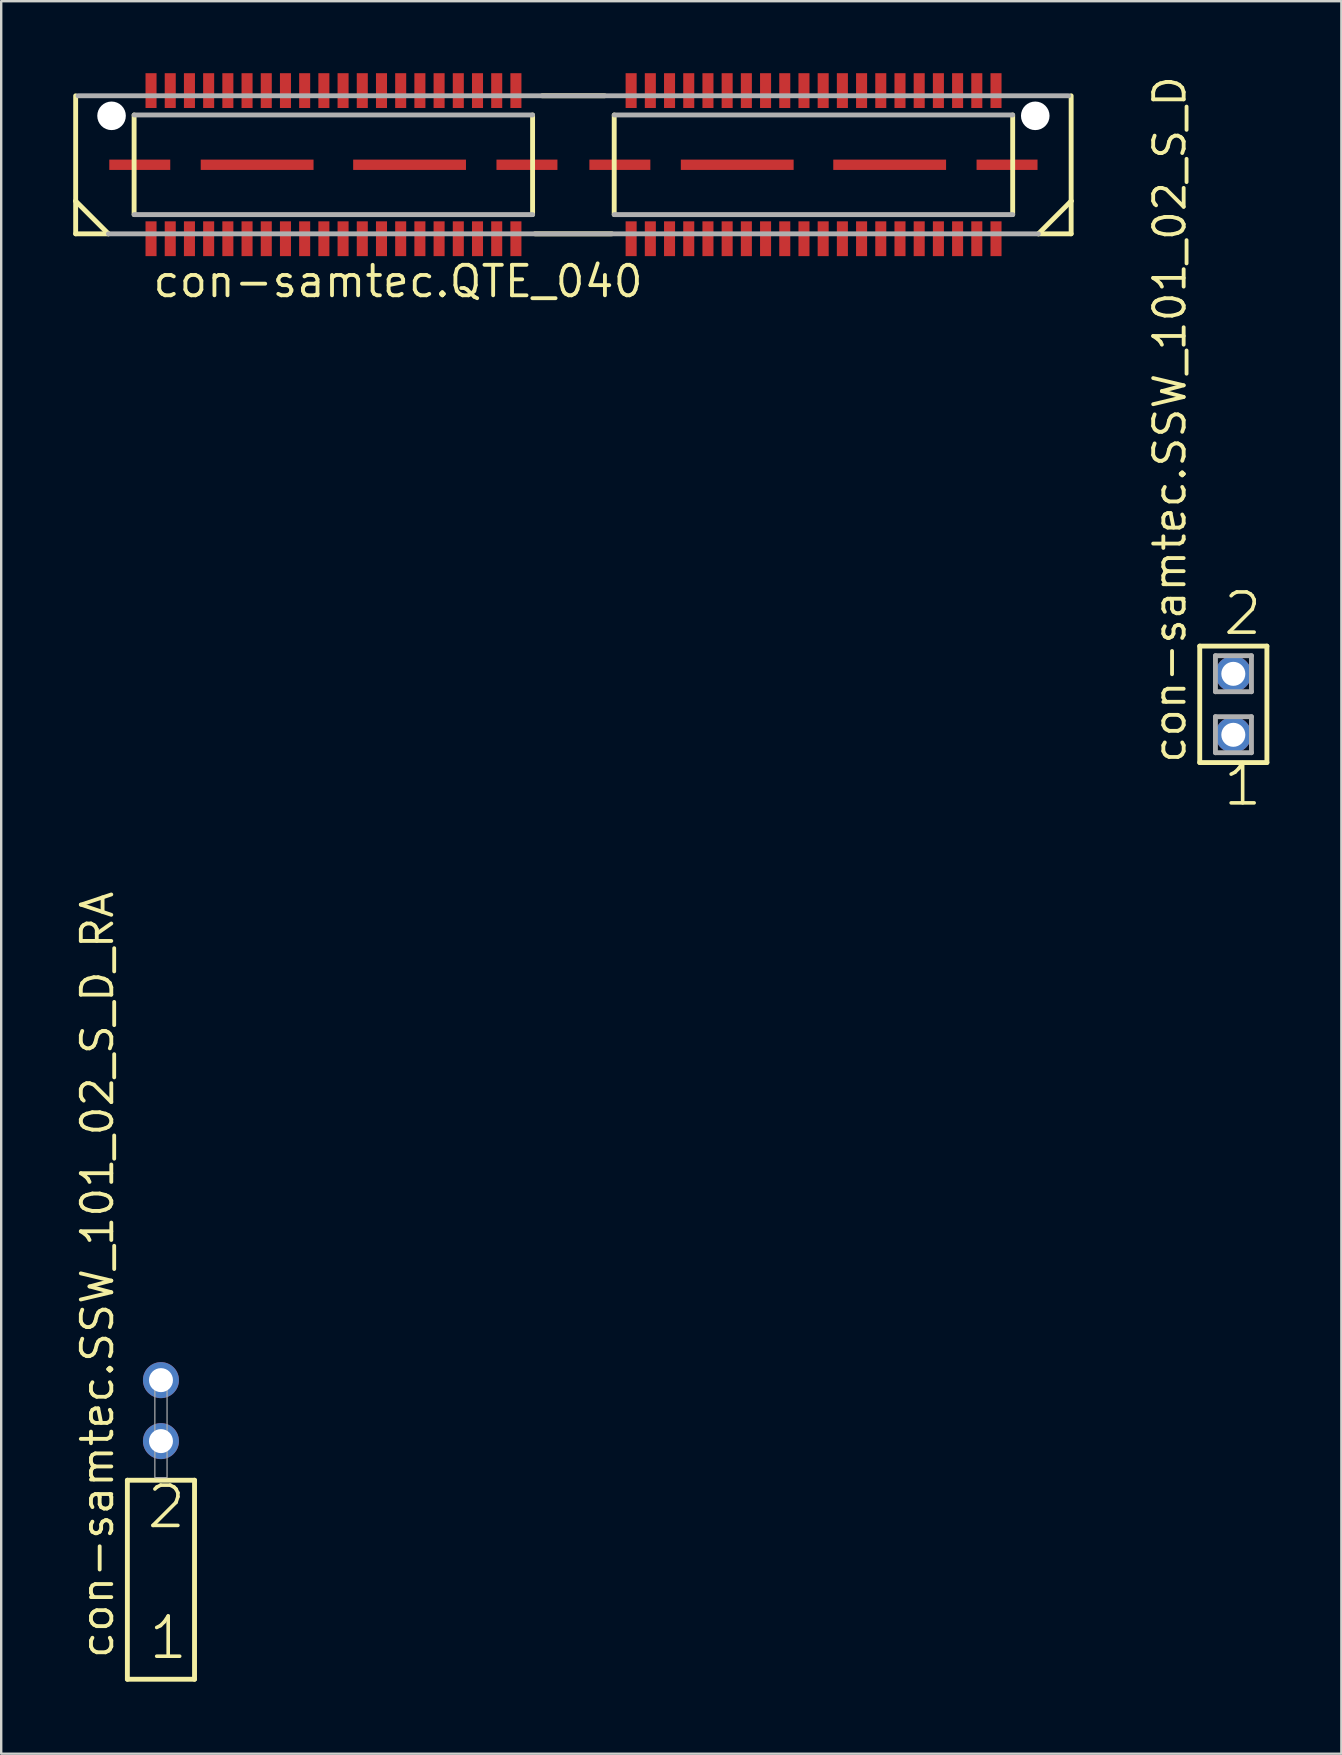
<source format=kicad_pcb>
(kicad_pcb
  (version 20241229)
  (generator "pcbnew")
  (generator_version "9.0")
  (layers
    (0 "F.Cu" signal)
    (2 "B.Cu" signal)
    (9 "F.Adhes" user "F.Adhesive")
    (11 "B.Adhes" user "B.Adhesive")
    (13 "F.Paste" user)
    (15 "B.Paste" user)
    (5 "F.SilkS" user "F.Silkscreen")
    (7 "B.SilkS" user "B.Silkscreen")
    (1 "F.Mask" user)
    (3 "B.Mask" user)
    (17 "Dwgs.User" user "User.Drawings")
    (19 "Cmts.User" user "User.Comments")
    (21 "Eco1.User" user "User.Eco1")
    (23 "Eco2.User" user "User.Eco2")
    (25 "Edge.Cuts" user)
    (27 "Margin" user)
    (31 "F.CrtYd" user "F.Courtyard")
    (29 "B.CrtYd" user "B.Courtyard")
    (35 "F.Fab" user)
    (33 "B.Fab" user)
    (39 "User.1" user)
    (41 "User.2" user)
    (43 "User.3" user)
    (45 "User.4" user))
  (footprint "con-samtec.SSW_101_02_S_D_RA"
    (layer "F.Cu")
    (at 3.655 58.508)
    (property "Reference" "con-samtec.SSW_101_02_S_D_RA" (at -1.905 7.62 90) (layer "F.SilkS") (effects (font (size 1.27 1.27) (thickness 0.16)) (justify left bottom)))
    (attr through_hole)
    (fp_line (start -1.399 0.106) (end -1.399 8.396) (stroke (width 0.203) (type default)) (layer "F.SilkS"))
    (fp_line (start -1.399 8.396) (end 1.399 8.396) (stroke (width 0.203) (type default)) (layer "F.SilkS"))
    (fp_line (start 1.399 0.106) (end -1.399 0.106) (stroke (width 0.203) (type default)) (layer "F.SilkS"))
    (fp_line (start 1.399 8.396) (end 1.399 0.106) (stroke (width 0.203) (type default)) (layer "F.SilkS"))
    (fp_rect (start -0.254 0) (end 0.254 -4.318) (stroke (width 0.05) (type default)) (fill no) (layer "F.Fab"))
    (fp_text user "1" (at -0.595 7.65 0) (layer "F.SilkS") (effects (font (size 1.676 1.676) (thickness 0.15)) (justify left bottom)))
    (fp_text user "2" (at -0.67 2.2 0) (layer "F.SilkS") (effects (font (size 1.676 1.676) (thickness 0.15)) (justify left bottom)))
    (pad "1" thru_hole circle (at 0 -1.524) (size 1.5 1.5) (drill 1) (layers "*.Cu" "*.Mask"))
    (pad "2" thru_hole circle (at 0 -4.064) (size 1.5 1.5) (drill 1) (layers "*.Cu" "*.Mask")))
  (footprint "con-samtec.QTE_040"
    (layer "F.Cu")
    (at 20.837 3.815)
    (property "Reference" "con-samtec.QTE_040" (at -17.6 5.6 0) (layer "F.SilkS") (effects (font (size 1.27 1.27) (thickness 0.16)) (justify left bottom)))
    (attr smd)
    (fp_line (start -20.735 -2.875) (end -20.735 1.51) (stroke (width 0.203) (type default)) (layer "F.SilkS"))
    (fp_line (start -20.735 1.51) (end -20.735 2.875) (stroke (width 0.203) (type default)) (layer "F.SilkS"))
    (fp_line (start -20.735 1.51) (end -19.37 2.875) (stroke (width 0.203) (type default)) (layer "F.SilkS"))
    (fp_line (start -20.735 2.875) (end -19.37 2.875) (stroke (width 0.203) (type default)) (layer "F.SilkS"))
    (fp_line (start -18.3 2.075) (end -18.3 -2.075) (stroke (width 0.203) (type default)) (layer "F.SilkS"))
    (fp_line (start -1.7 -2.075) (end -1.7 2.075) (stroke (width 0.203) (type default)) (layer "F.SilkS"))
    (fp_line (start 1.3 -2.875) (end -1.3 -2.875) (stroke (width 0.203) (type default)) (layer "F.SilkS"))
    (fp_line (start 1.6 2.875) (end -1.6 2.875) (stroke (width 0.203) (type default)) (layer "F.SilkS"))
    (fp_line (start 1.7 2.075) (end 1.7 -2.075) (stroke (width 0.203) (type default)) (layer "F.SilkS"))
    (fp_line (start 18.3 -2.075) (end 18.3 2.075) (stroke (width 0.203) (type default)) (layer "F.SilkS"))
    (fp_line (start 19.37 2.875) (end 20.735 1.51) (stroke (width 0.203) (type default)) (layer "F.SilkS"))
    (fp_line (start 19.37 2.875) (end 20.735 2.875) (stroke (width 0.203) (type default)) (layer "F.SilkS"))
    (fp_line (start 20.735 1.51) (end 20.735 -2.875) (stroke (width 0.203) (type default)) (layer "F.SilkS"))
    (fp_line (start 20.735 2.875) (end 20.735 1.51) (stroke (width 0.203) (type default)) (layer "F.SilkS"))
    (fp_line (start -20.635 -2.875) (end 20.635 -2.875) (stroke (width 0.203) (type default)) (layer "F.Fab"))
    (fp_line (start -19.37 2.875) (end 19.37 2.875) (stroke (width 0.203) (type default)) (layer "F.Fab"))
    (fp_line (start -18.3 -2.075) (end -1.7 -2.075) (stroke (width 0.203) (type default)) (layer "F.Fab"))
    (fp_line (start -1.7 2.075) (end -18.3 2.075) (stroke (width 0.203) (type default)) (layer "F.Fab"))
    (fp_line (start 1.7 -2.075) (end 18.3 -2.075) (stroke (width 0.203) (type default)) (layer "F.Fab"))
    (fp_line (start 18.3 2.075) (end 1.7 2.075) (stroke (width 0.203) (type default)) (layer "F.Fab"))
    (pad "" np_thru_hole circle (at -19.24 -2.04) (size 1.19 1.19) (drill 1.19) (layers "*.Cu" "*.Mask"))
    (pad "" np_thru_hole circle (at 19.24 -2.04) (size 1.19 1.19) (drill 1.19) (layers "*.Cu" "*.Mask"))
    (pad "1" smd roundrect (at -17.595 -3.09) (size 0.46 1.45) (layers "F.Cu" "F.Mask" "F.Paste") (roundrect_rratio 0.01))
    (pad "2" smd roundrect (at -17.595 3.08) (size 0.46 1.45) (layers "F.Cu" "F.Mask" "F.Paste") (roundrect_rratio 0.01))
    (pad "3" smd roundrect (at -16.795 -3.09) (size 0.46 1.45) (layers "F.Cu" "F.Mask" "F.Paste") (roundrect_rratio 0.01))
    (pad "4" smd roundrect (at -16.795 3.08) (size 0.46 1.45) (layers "F.Cu" "F.Mask" "F.Paste") (roundrect_rratio 0.01))
    (pad "5" smd roundrect (at -15.995 -3.09) (size 0.46 1.45) (layers "F.Cu" "F.Mask" "F.Paste") (roundrect_rratio 0.01))
    (pad "6" smd roundrect (at -15.995 3.08) (size 0.46 1.45) (layers "F.Cu" "F.Mask" "F.Paste") (roundrect_rratio 0.01))
    (pad "7" smd roundrect (at -15.195 -3.09) (size 0.46 1.45) (layers "F.Cu" "F.Mask" "F.Paste") (roundrect_rratio 0.01))
    (pad "8" smd roundrect (at -15.195 3.08) (size 0.46 1.45) (layers "F.Cu" "F.Mask" "F.Paste") (roundrect_rratio 0.01))
    (pad "9" smd roundrect (at -14.395 -3.09) (size 0.46 1.45) (layers "F.Cu" "F.Mask" "F.Paste") (roundrect_rratio 0.01))
    (pad "10" smd roundrect (at -14.395 3.08) (size 0.46 1.45) (layers "F.Cu" "F.Mask" "F.Paste") (roundrect_rratio 0.01))
    (pad "11" smd roundrect (at -13.595 -3.09) (size 0.46 1.45) (layers "F.Cu" "F.Mask" "F.Paste") (roundrect_rratio 0.01))
    (pad "12" smd roundrect (at -13.595 3.08) (size 0.46 1.45) (layers "F.Cu" "F.Mask" "F.Paste") (roundrect_rratio 0.01))
    (pad "13" smd roundrect (at -12.795 -3.09) (size 0.46 1.45) (layers "F.Cu" "F.Mask" "F.Paste") (roundrect_rratio 0.01))
    (pad "14" smd roundrect (at -12.795 3.08) (size 0.46 1.45) (layers "F.Cu" "F.Mask" "F.Paste") (roundrect_rratio 0.01))
    (pad "15" smd roundrect (at -11.995 -3.09) (size 0.46 1.45) (layers "F.Cu" "F.Mask" "F.Paste") (roundrect_rratio 0.01))
    (pad "16" smd roundrect (at -11.995 3.08) (size 0.46 1.45) (layers "F.Cu" "F.Mask" "F.Paste") (roundrect_rratio 0.01))
    (pad "17" smd roundrect (at -11.195 -3.09) (size 0.46 1.45) (layers "F.Cu" "F.Mask" "F.Paste") (roundrect_rratio 0.01))
    (pad "18" smd roundrect (at -11.195 3.08) (size 0.46 1.45) (layers "F.Cu" "F.Mask" "F.Paste") (roundrect_rratio 0.01))
    (pad "19" smd roundrect (at -10.395 -3.09) (size 0.46 1.45) (layers "F.Cu" "F.Mask" "F.Paste") (roundrect_rratio 0.01))
    (pad "20" smd roundrect (at -10.395 3.08) (size 0.46 1.45) (layers "F.Cu" "F.Mask" "F.Paste") (roundrect_rratio 0.01))
    (pad "21" smd roundrect (at -9.595 -3.09) (size 0.46 1.45) (layers "F.Cu" "F.Mask" "F.Paste") (roundrect_rratio 0.01))
    (pad "22" smd roundrect (at -9.595 3.08) (size 0.46 1.45) (layers "F.Cu" "F.Mask" "F.Paste") (roundrect_rratio 0.01))
    (pad "23" smd roundrect (at -8.795 -3.09) (size 0.46 1.45) (layers "F.Cu" "F.Mask" "F.Paste") (roundrect_rratio 0.01))
    (pad "24" smd roundrect (at -8.795 3.08) (size 0.46 1.45) (layers "F.Cu" "F.Mask" "F.Paste") (roundrect_rratio 0.01))
    (pad "25" smd roundrect (at -7.995 -3.09) (size 0.46 1.45) (layers "F.Cu" "F.Mask" "F.Paste") (roundrect_rratio 0.01))
    (pad "26" smd roundrect (at -7.995 3.08) (size 0.46 1.45) (layers "F.Cu" "F.Mask" "F.Paste") (roundrect_rratio 0.01))
    (pad "27" smd roundrect (at -7.195 -3.09) (size 0.46 1.45) (layers "F.Cu" "F.Mask" "F.Paste") (roundrect_rratio 0.01))
    (pad "28" smd roundrect (at -7.195 3.08) (size 0.46 1.45) (layers "F.Cu" "F.Mask" "F.Paste") (roundrect_rratio 0.01))
    (pad "29" smd roundrect (at -6.395 -3.09) (size 0.46 1.45) (layers "F.Cu" "F.Mask" "F.Paste") (roundrect_rratio 0.01))
    (pad "30" smd roundrect (at -6.395 3.08) (size 0.46 1.45) (layers "F.Cu" "F.Mask" "F.Paste") (roundrect_rratio 0.01))
    (pad "31" smd roundrect (at -5.595 -3.09) (size 0.46 1.45) (layers "F.Cu" "F.Mask" "F.Paste") (roundrect_rratio 0.01))
    (pad "32" smd roundrect (at -5.595 3.08) (size 0.46 1.45) (layers "F.Cu" "F.Mask" "F.Paste") (roundrect_rratio 0.01))
    (pad "33" smd roundrect (at -4.795 -3.09) (size 0.46 1.45) (layers "F.Cu" "F.Mask" "F.Paste") (roundrect_rratio 0.01))
    (pad "34" smd roundrect (at -4.795 3.08) (size 0.46 1.45) (layers "F.Cu" "F.Mask" "F.Paste") (roundrect_rratio 0.01))
    (pad "35" smd roundrect (at -3.995 -3.09) (size 0.46 1.45) (layers "F.Cu" "F.Mask" "F.Paste") (roundrect_rratio 0.01))
    (pad "36" smd roundrect (at -3.995 3.08) (size 0.46 1.45) (layers "F.Cu" "F.Mask" "F.Paste") (roundrect_rratio 0.01))
    (pad "37" smd roundrect (at -3.195 -3.09) (size 0.46 1.45) (layers "F.Cu" "F.Mask" "F.Paste") (roundrect_rratio 0.01))
    (pad "38" smd roundrect (at -3.195 3.08) (size 0.46 1.45) (layers "F.Cu" "F.Mask" "F.Paste") (roundrect_rratio 0.01))
    (pad "39" smd roundrect (at -2.395 -3.09) (size 0.46 1.45) (layers "F.Cu" "F.Mask" "F.Paste") (roundrect_rratio 0.01))
    (pad "40" smd roundrect (at -2.395 3.08) (size 0.46 1.45) (layers "F.Cu" "F.Mask" "F.Paste") (roundrect_rratio 0.01))
    (pad "41" smd roundrect (at 2.405 -3.09) (size 0.46 1.45) (layers "F.Cu" "F.Mask" "F.Paste") (roundrect_rratio 0.01))
    (pad "42" smd roundrect (at 2.405 3.08) (size 0.46 1.45) (layers "F.Cu" "F.Mask" "F.Paste") (roundrect_rratio 0.01))
    (pad "43" smd roundrect (at 3.205 -3.09) (size 0.46 1.45) (layers "F.Cu" "F.Mask" "F.Paste") (roundrect_rratio 0.01))
    (pad "44" smd roundrect (at 3.205 3.08) (size 0.46 1.45) (layers "F.Cu" "F.Mask" "F.Paste") (roundrect_rratio 0.01))
    (pad "45" smd roundrect (at 4.005 -3.09) (size 0.46 1.45) (layers "F.Cu" "F.Mask" "F.Paste") (roundrect_rratio 0.01))
    (pad "46" smd roundrect (at 4.005 3.08) (size 0.46 1.45) (layers "F.Cu" "F.Mask" "F.Paste") (roundrect_rratio 0.01))
    (pad "47" smd roundrect (at 4.805 -3.09) (size 0.46 1.45) (layers "F.Cu" "F.Mask" "F.Paste") (roundrect_rratio 0.01))
    (pad "48" smd roundrect (at 4.805 3.08) (size 0.46 1.45) (layers "F.Cu" "F.Mask" "F.Paste") (roundrect_rratio 0.01))
    (pad "49" smd roundrect (at 5.605 -3.09) (size 0.46 1.45) (layers "F.Cu" "F.Mask" "F.Paste") (roundrect_rratio 0.01))
    (pad "50" smd roundrect (at 5.605 3.08) (size 0.46 1.45) (layers "F.Cu" "F.Mask" "F.Paste") (roundrect_rratio 0.01))
    (pad "51" smd roundrect (at 6.405 -3.09) (size 0.46 1.45) (layers "F.Cu" "F.Mask" "F.Paste") (roundrect_rratio 0.01))
    (pad "52" smd roundrect (at 6.405 3.08) (size 0.46 1.45) (layers "F.Cu" "F.Mask" "F.Paste") (roundrect_rratio 0.01))
    (pad "53" smd roundrect (at 7.205 -3.09) (size 0.46 1.45) (layers "F.Cu" "F.Mask" "F.Paste") (roundrect_rratio 0.01))
    (pad "54" smd roundrect (at 7.205 3.08) (size 0.46 1.45) (layers "F.Cu" "F.Mask" "F.Paste") (roundrect_rratio 0.01))
    (pad "55" smd roundrect (at 8.005 -3.09) (size 0.46 1.45) (layers "F.Cu" "F.Mask" "F.Paste") (roundrect_rratio 0.01))
    (pad "56" smd roundrect (at 8.005 3.08) (size 0.46 1.45) (layers "F.Cu" "F.Mask" "F.Paste") (roundrect_rratio 0.01))
    (pad "57" smd roundrect (at 8.805 -3.09) (size 0.46 1.45) (layers "F.Cu" "F.Mask" "F.Paste") (roundrect_rratio 0.01))
    (pad "58" smd roundrect (at 8.805 3.08) (size 0.46 1.45) (layers "F.Cu" "F.Mask" "F.Paste") (roundrect_rratio 0.01))
    (pad "59" smd roundrect (at 9.605 -3.09) (size 0.46 1.45) (layers "F.Cu" "F.Mask" "F.Paste") (roundrect_rratio 0.01))
    (pad "60" smd roundrect (at 9.605 3.08) (size 0.46 1.45) (layers "F.Cu" "F.Mask" "F.Paste") (roundrect_rratio 0.01))
    (pad "61" smd roundrect (at 10.405 -3.09) (size 0.46 1.45) (layers "F.Cu" "F.Mask" "F.Paste") (roundrect_rratio 0.01))
    (pad "62" smd roundrect (at 10.405 3.08) (size 0.46 1.45) (layers "F.Cu" "F.Mask" "F.Paste") (roundrect_rratio 0.01))
    (pad "63" smd roundrect (at 11.205 -3.09) (size 0.46 1.45) (layers "F.Cu" "F.Mask" "F.Paste") (roundrect_rratio 0.01))
    (pad "64" smd roundrect (at 11.205 3.08) (size 0.46 1.45) (layers "F.Cu" "F.Mask" "F.Paste") (roundrect_rratio 0.01))
    (pad "65" smd roundrect (at 12.005 -3.09) (size 0.46 1.45) (layers "F.Cu" "F.Mask" "F.Paste") (roundrect_rratio 0.01))
    (pad "66" smd roundrect (at 12.005 3.08) (size 0.46 1.45) (layers "F.Cu" "F.Mask" "F.Paste") (roundrect_rratio 0.01))
    (pad "67" smd roundrect (at 12.805 -3.09) (size 0.46 1.45) (layers "F.Cu" "F.Mask" "F.Paste") (roundrect_rratio 0.01))
    (pad "68" smd roundrect (at 12.805 3.08) (size 0.46 1.45) (layers "F.Cu" "F.Mask" "F.Paste") (roundrect_rratio 0.01))
    (pad "69" smd roundrect (at 13.605 -3.09) (size 0.46 1.45) (layers "F.Cu" "F.Mask" "F.Paste") (roundrect_rratio 0.01))
    (pad "70" smd roundrect (at 13.605 3.08) (size 0.46 1.45) (layers "F.Cu" "F.Mask" "F.Paste") (roundrect_rratio 0.01))
    (pad "71" smd roundrect (at 14.405 -3.09) (size 0.46 1.45) (layers "F.Cu" "F.Mask" "F.Paste") (roundrect_rratio 0.01))
    (pad "72" smd roundrect (at 14.405 3.08) (size 0.46 1.45) (layers "F.Cu" "F.Mask" "F.Paste") (roundrect_rratio 0.01))
    (pad "73" smd roundrect (at 15.205 -3.09) (size 0.46 1.45) (layers "F.Cu" "F.Mask" "F.Paste") (roundrect_rratio 0.01))
    (pad "74" smd roundrect (at 15.205 3.08) (size 0.46 1.45) (layers "F.Cu" "F.Mask" "F.Paste") (roundrect_rratio 0.01))
    (pad "75" smd roundrect (at 16.005 -3.09) (size 0.46 1.45) (layers "F.Cu" "F.Mask" "F.Paste") (roundrect_rratio 0.01))
    (pad "76" smd roundrect (at 16.005 3.08) (size 0.46 1.45) (layers "F.Cu" "F.Mask" "F.Paste") (roundrect_rratio 0.01))
    (pad "77" smd roundrect (at 16.805 -3.09) (size 0.46 1.45) (layers "F.Cu" "F.Mask" "F.Paste") (roundrect_rratio 0.01))
    (pad "78" smd roundrect (at 16.805 3.08) (size 0.46 1.45) (layers "F.Cu" "F.Mask" "F.Paste") (roundrect_rratio 0.01))
    (pad "79" smd roundrect (at 17.605 -3.09) (size 0.46 1.45) (layers "F.Cu" "F.Mask" "F.Paste") (roundrect_rratio 0.01))
    (pad "80" smd roundrect (at 17.605 3.08) (size 0.46 1.45) (layers "F.Cu" "F.Mask" "F.Paste") (roundrect_rratio 0.01))
    (pad "M1" smd roundrect (at -18.065 0) (size 2.54 0.43) (layers "F.Cu" "F.Mask" "F.Paste") (roundrect_rratio 0.01))
    (pad "M2" smd roundrect (at -1.935 0) (size 2.54 0.43) (layers "F.Cu" "F.Mask" "F.Paste") (roundrect_rratio 0.01))
    (pad "M3" smd roundrect (at -13.175 0) (size 4.7 0.43) (layers "F.Cu" "F.Mask" "F.Paste") (roundrect_rratio 0.01))
    (pad "M4" smd roundrect (at -6.825 0) (size 4.7 0.43) (layers "F.Cu" "F.Mask" "F.Paste") (roundrect_rratio 0.01))
    (pad "M5" smd roundrect (at 1.935 0) (size 2.54 0.43) (layers "F.Cu" "F.Mask" "F.Paste") (roundrect_rratio 0.01))
    (pad "M6" smd roundrect (at 18.065 0) (size 2.54 0.43) (layers "F.Cu" "F.Mask" "F.Paste") (roundrect_rratio 0.01))
    (pad "M7" smd roundrect (at 6.825 0) (size 4.7 0.43) (layers "F.Cu" "F.Mask" "F.Paste") (roundrect_rratio 0.01))
    (pad "M8" smd roundrect (at 13.175 0) (size 4.7 0.43) (layers "F.Cu" "F.Mask" "F.Paste") (roundrect_rratio 0.01)))
  (footprint "con-samtec.SSW_101_02_S_D"
    (layer "F.Cu")
    (at 48.328 26.291)
    (property "Reference" "con-samtec.SSW_101_02_S_D" (at -1.905 2.54 90) (layer "F.SilkS") (effects (font (size 1.27 1.27) (thickness 0.16)) (justify left bottom)))
    (attr through_hole)
    (fp_line (start -1.399 -2.425) (end 1.399 -2.425) (stroke (width 0.203) (type default)) (layer "F.SilkS"))
    (fp_line (start -1.399 2.425) (end -1.399 -2.425) (stroke (width 0.203) (type default)) (layer "F.SilkS"))
    (fp_line (start 1.399 -2.425) (end 1.399 2.425) (stroke (width 0.203) (type default)) (layer "F.SilkS"))
    (fp_line (start 1.399 2.425) (end -1.399 2.425) (stroke (width 0.203) (type default)) (layer "F.SilkS"))
    (fp_line (start -0.745 -2.025) (end 0.755 -2.025) (stroke (width 0.203) (type default)) (layer "F.Fab"))
    (fp_line (start -0.745 -0.525) (end -0.745 -2.025) (stroke (width 0.203) (type default)) (layer "F.Fab"))
    (fp_line (start -0.745 0.515) (end 0.755 0.515) (stroke (width 0.203) (type default)) (layer "F.Fab"))
    (fp_line (start -0.745 2.015) (end -0.745 0.515) (stroke (width 0.203) (type default)) (layer "F.Fab"))
    (fp_line (start 0.755 -2.025) (end 0.755 -0.525) (stroke (width 0.203) (type default)) (layer "F.Fab"))
    (fp_line (start 0.755 -0.525) (end -0.745 -0.525) (stroke (width 0.203) (type default)) (layer "F.Fab"))
    (fp_line (start 0.755 0.515) (end 0.755 2.015) (stroke (width 0.203) (type default)) (layer "F.Fab"))
    (fp_line (start 0.755 2.015) (end -0.745 2.015) (stroke (width 0.203) (type default)) (layer "F.Fab"))
    (fp_text user "1" (at -0.508 4.318 0) (layer "F.SilkS") (effects (font (size 1.676 1.676) (thickness 0.15)) (justify left bottom)))
    (fp_text user "2" (at -0.508 -2.794 0) (layer "F.SilkS") (effects (font (size 1.676 1.676) (thickness 0.15)) (justify left bottom)))
    (pad "1" thru_hole circle (at 0 1.27) (size 1.5 1.5) (drill 1) (layers "*.Cu" "*.Mask"))
    (pad "2" thru_hole circle (at 0 -1.27) (size 1.5 1.5) (drill 1) (layers "*.Cu" "*.Mask")))
  (gr_rect
    (start -3 -3)
    (end 52.829 70.006)
    (stroke (width 0.1) (type default))
    (fill no)
    (layer "Edge.Cuts")))
</source>
